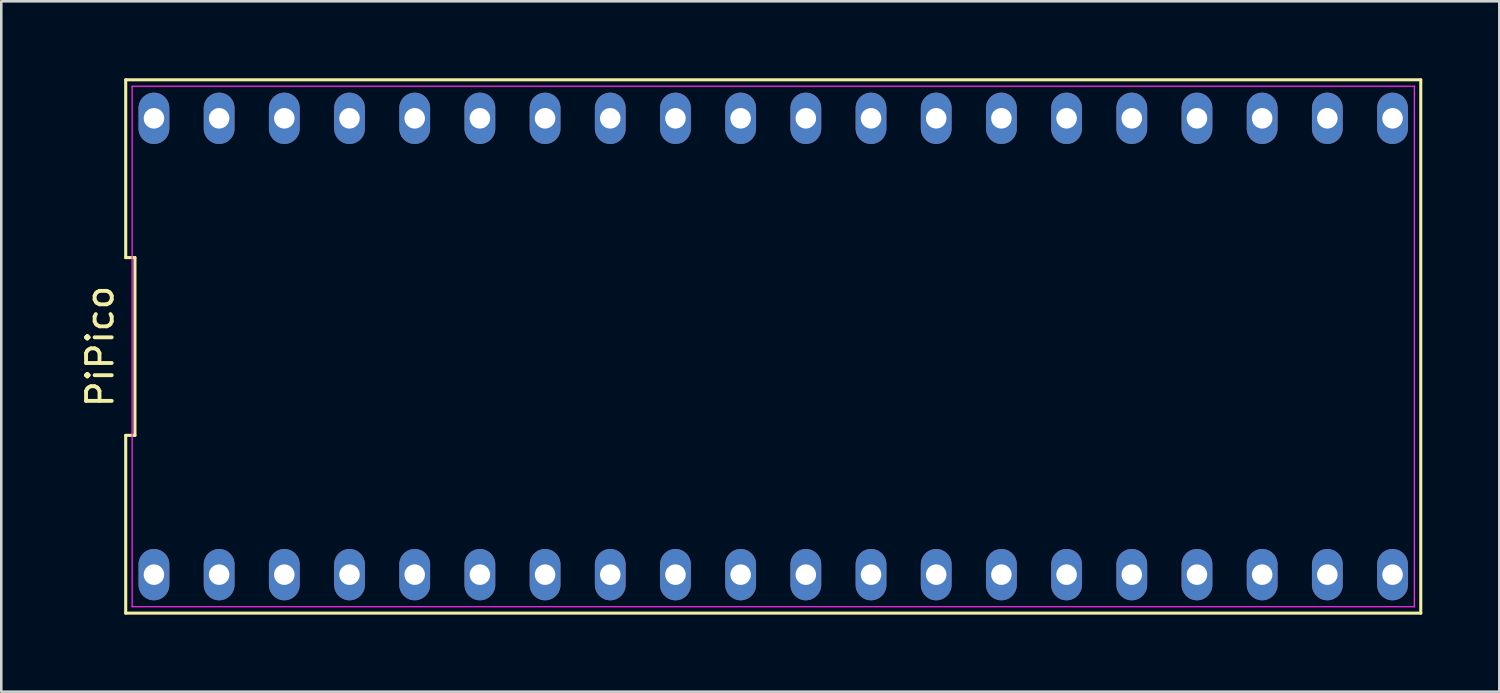
<source format=kicad_pcb>
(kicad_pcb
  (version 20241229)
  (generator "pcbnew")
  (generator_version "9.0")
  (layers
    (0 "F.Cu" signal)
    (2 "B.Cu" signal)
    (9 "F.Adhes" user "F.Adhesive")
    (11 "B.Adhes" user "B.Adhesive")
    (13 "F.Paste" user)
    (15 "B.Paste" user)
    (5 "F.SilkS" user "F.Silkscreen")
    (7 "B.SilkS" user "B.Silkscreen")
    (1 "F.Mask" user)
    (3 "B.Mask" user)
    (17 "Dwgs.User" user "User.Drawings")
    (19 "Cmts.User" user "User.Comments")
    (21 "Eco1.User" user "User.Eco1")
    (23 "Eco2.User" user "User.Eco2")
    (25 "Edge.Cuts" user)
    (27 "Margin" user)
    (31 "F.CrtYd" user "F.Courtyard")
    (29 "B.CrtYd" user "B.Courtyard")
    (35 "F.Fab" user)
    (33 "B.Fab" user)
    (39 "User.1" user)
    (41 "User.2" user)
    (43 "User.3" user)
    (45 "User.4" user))
  (footprint "PiPico"
    (layer "F.Cu")
    (at 27.078 10.45)
    (property "Reference" "PiPico" (at -26.23 0 90) (layer "F.SilkS") (effects (font (size 1 1) (thickness 0.15))))
    (fp_line (start -25.23 -10.39) (end -25.23 -3.463) (stroke (width 0.12) (type solid)) (layer "F.SilkS"))
    (fp_line (start -25.23 -3.463) (end -24.87 -3.463) (stroke (width 0.12) (type solid)) (layer "F.SilkS"))
    (fp_line (start -25.23 3.463) (end -25.23 10.39) (stroke (width 0.12) (type solid)) (layer "F.SilkS"))
    (fp_line (start -25.23 10.39) (end 25.23 10.39) (stroke (width 0.12) (type solid)) (layer "F.SilkS"))
    (fp_line (start -24.87 -3.463) (end -24.87 3.463) (stroke (width 0.12) (type solid)) (layer "F.SilkS"))
    (fp_line (start -24.87 3.463) (end -25.23 3.463) (stroke (width 0.12) (type solid)) (layer "F.SilkS"))
    (fp_line (start 25.23 -10.39) (end -25.23 -10.39) (stroke (width 0.12) (type solid)) (layer "F.SilkS"))
    (fp_line (start 25.23 10.39) (end 25.23 -10.39) (stroke (width 0.12) (type solid)) (layer "F.SilkS"))
    (fp_line (start -24.98 -10.14) (end 24.98 -10.14) (stroke (width 0.05) (type solid)) (layer "F.CrtYd"))
    (fp_line (start -24.98 10.14) (end -24.98 -10.14) (stroke (width 0.05) (type solid)) (layer "F.CrtYd"))
    (fp_line (start 24.98 -10.14) (end 24.98 10.14) (stroke (width 0.05) (type solid)) (layer "F.CrtYd"))
    (fp_line (start 24.98 10.14) (end -24.98 10.14) (stroke (width 0.05) (type solid)) (layer "F.CrtYd"))
    (pad "1" thru_hole oval (at -24.13 8.89) (size 1.2 2) (drill 0.8) (layers "*.Cu" "*.Mask"))
    (pad "2" thru_hole oval (at -21.59 8.89) (size 1.2 2) (drill 0.8) (layers "*.Cu" "*.Mask"))
    (pad "3" thru_hole oval (at -19.05 8.89) (size 1.2 2) (drill 0.8) (layers "*.Cu" "*.Mask"))
    (pad "4" thru_hole oval (at -16.51 8.89) (size 1.2 2) (drill 0.8) (layers "*.Cu" "*.Mask"))
    (pad "5" thru_hole oval (at -13.97 8.89) (size 1.2 2) (drill 0.8) (layers "*.Cu" "*.Mask"))
    (pad "6" thru_hole oval (at -11.43 8.89) (size 1.2 2) (drill 0.8) (layers "*.Cu" "*.Mask"))
    (pad "7" thru_hole oval (at -8.89 8.89) (size 1.2 2) (drill 0.8) (layers "*.Cu" "*.Mask"))
    (pad "8" thru_hole oval (at -6.35 8.89) (size 1.2 2) (drill 0.8) (layers "*.Cu" "*.Mask"))
    (pad "9" thru_hole oval (at -3.81 8.89) (size 1.2 2) (drill 0.8) (layers "*.Cu" "*.Mask"))
    (pad "10" thru_hole oval (at -1.27 8.89) (size 1.2 2) (drill 0.8) (layers "*.Cu" "*.Mask"))
    (pad "11" thru_hole oval (at 1.27 8.89) (size 1.2 2) (drill 0.8) (layers "*.Cu" "*.Mask"))
    (pad "12" thru_hole oval (at 3.81 8.89) (size 1.2 2) (drill 0.8) (layers "*.Cu" "*.Mask"))
    (pad "13" thru_hole oval (at 6.35 8.89) (size 1.2 2) (drill 0.8) (layers "*.Cu" "*.Mask"))
    (pad "14" thru_hole oval (at 8.89 8.89) (size 1.2 2) (drill 0.8) (layers "*.Cu" "*.Mask"))
    (pad "15" thru_hole oval (at 11.43 8.89) (size 1.2 2) (drill 0.8) (layers "*.Cu" "*.Mask"))
    (pad "16" thru_hole oval (at 13.97 8.89) (size 1.2 2) (drill 0.8) (layers "*.Cu" "*.Mask"))
    (pad "17" thru_hole oval (at 16.51 8.89) (size 1.2 2) (drill 0.8) (layers "*.Cu" "*.Mask"))
    (pad "18" thru_hole oval (at 19.05 8.89) (size 1.2 2) (drill 0.8) (layers "*.Cu" "*.Mask"))
    (pad "19" thru_hole oval (at 21.59 8.89) (size 1.2 2) (drill 0.8) (layers "*.Cu" "*.Mask"))
    (pad "20" thru_hole oval (at 24.13 8.89) (size 1.2 2) (drill 0.8) (layers "*.Cu" "*.Mask"))
    (pad "21" thru_hole oval (at 24.13 -8.89) (size 1.2 2) (drill 0.8) (layers "*.Cu" "*.Mask"))
    (pad "22" thru_hole oval (at 21.59 -8.89) (size 1.2 2) (drill 0.8) (layers "*.Cu" "*.Mask"))
    (pad "23" thru_hole oval (at 19.05 -8.89) (size 1.2 2) (drill 0.8) (layers "*.Cu" "*.Mask"))
    (pad "24" thru_hole oval (at 16.51 -8.89) (size 1.2 2) (drill 0.8) (layers "*.Cu" "*.Mask"))
    (pad "25" thru_hole oval (at 13.97 -8.89) (size 1.2 2) (drill 0.8) (layers "*.Cu" "*.Mask"))
    (pad "26" thru_hole oval (at 11.43 -8.89) (size 1.2 2) (drill 0.8) (layers "*.Cu" "*.Mask"))
    (pad "27" thru_hole oval (at 8.89 -8.89) (size 1.2 2) (drill 0.8) (layers "*.Cu" "*.Mask"))
    (pad "28" thru_hole oval (at 6.35 -8.89) (size 1.2 2) (drill 0.8) (layers "*.Cu" "*.Mask"))
    (pad "29" thru_hole oval (at 3.81 -8.89) (size 1.2 2) (drill 0.8) (layers "*.Cu" "*.Mask"))
    (pad "30" thru_hole oval (at 1.27 -8.89) (size 1.2 2) (drill 0.8) (layers "*.Cu" "*.Mask"))
    (pad "31" thru_hole oval (at -1.27 -8.89) (size 1.2 2) (drill 0.8) (layers "*.Cu" "*.Mask"))
    (pad "32" thru_hole oval (at -3.81 -8.89) (size 1.2 2) (drill 0.8) (layers "*.Cu" "*.Mask"))
    (pad "33" thru_hole oval (at -6.35 -8.89) (size 1.2 2) (drill 0.8) (layers "*.Cu" "*.Mask"))
    (pad "34" thru_hole oval (at -8.89 -8.89) (size 1.2 2) (drill 0.8) (layers "*.Cu" "*.Mask"))
    (pad "35" thru_hole oval (at -11.43 -8.89) (size 1.2 2) (drill 0.8) (layers "*.Cu" "*.Mask"))
    (pad "36" thru_hole oval (at -13.97 -8.89) (size 1.2 2) (drill 0.8) (layers "*.Cu" "*.Mask"))
    (pad "37" thru_hole oval (at -16.51 -8.89) (size 1.2 2) (drill 0.8) (layers "*.Cu" "*.Mask"))
    (pad "38" thru_hole oval (at -19.05 -8.89) (size 1.2 2) (drill 0.8) (layers "*.Cu" "*.Mask"))
    (pad "39" thru_hole oval (at -21.59 -8.89) (size 1.2 2) (drill 0.8) (layers "*.Cu" "*.Mask"))
    (pad "40" thru_hole oval (at -24.13 -8.89) (size 1.2 2) (drill 0.8) (layers "*.Cu" "*.Mask")))
  (gr_rect
    (start -3 -3)
    (end 55.368 23.9)
    (stroke (width 0.1) (type default))
    (fill no)
    (layer "Edge.Cuts")))
</source>
